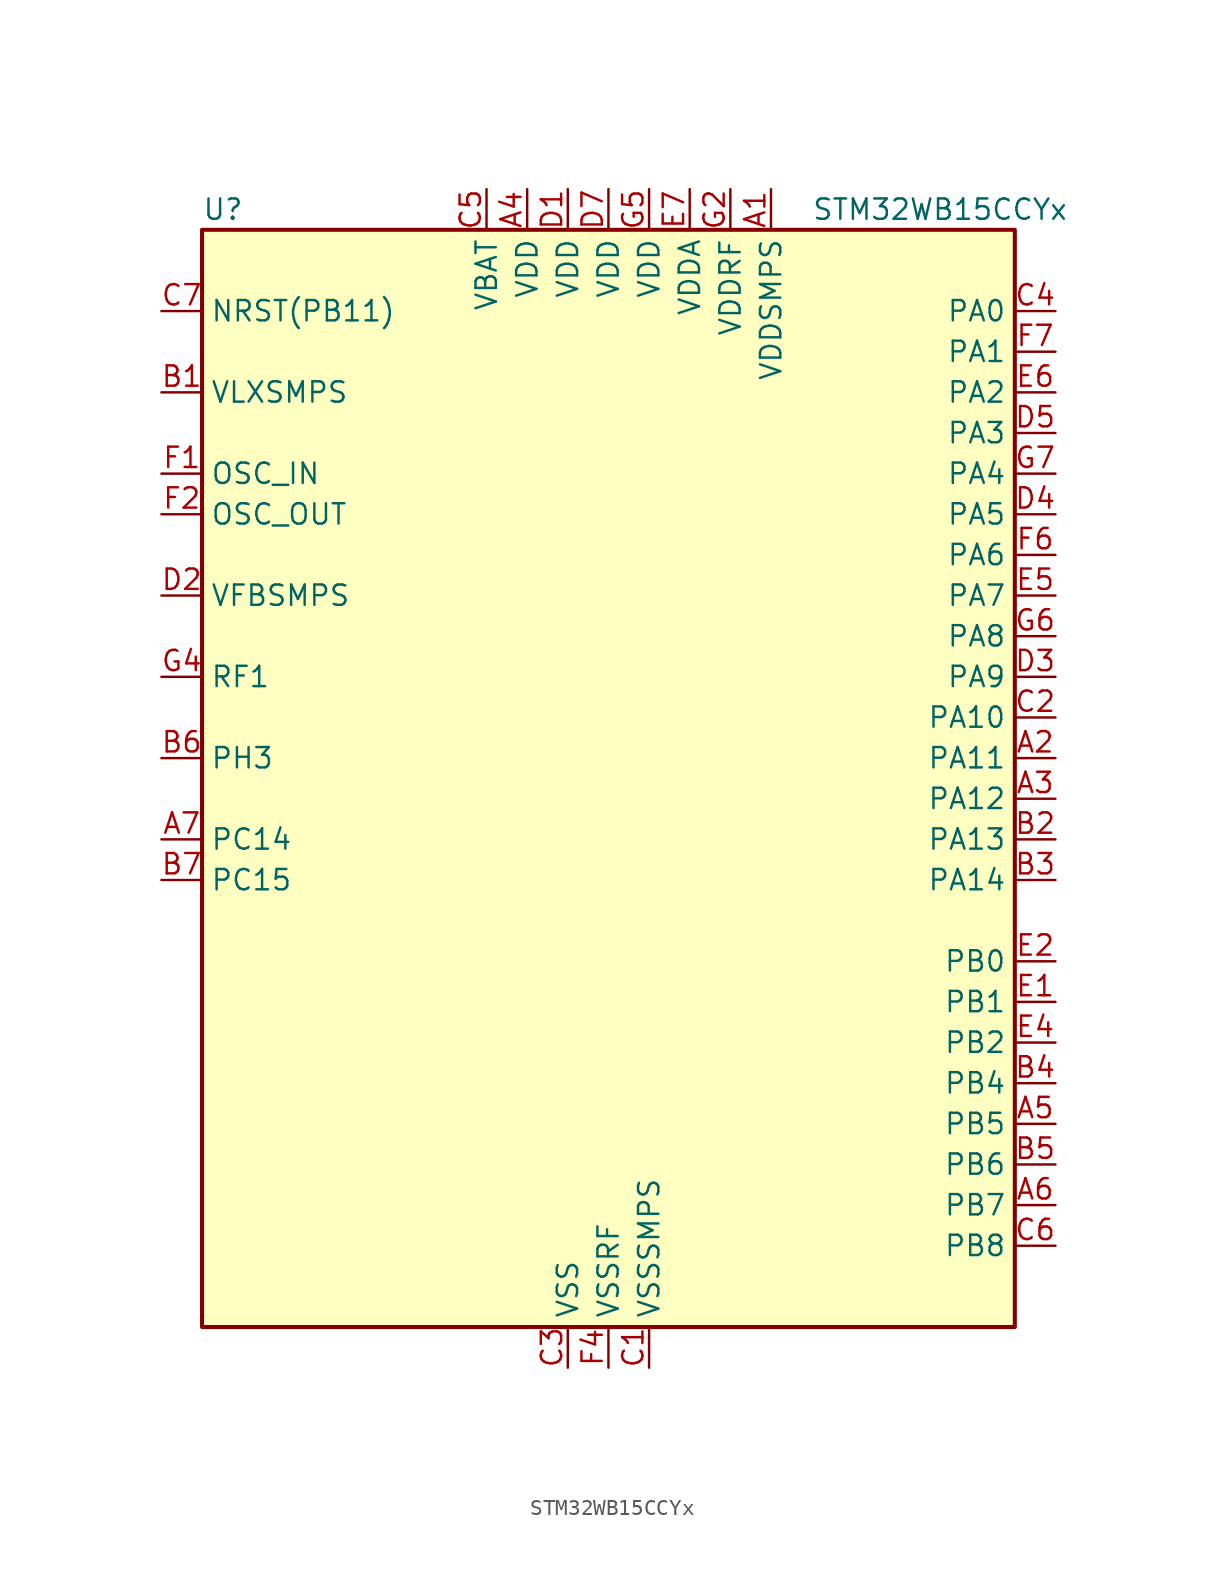
<source format=kicad_sym>
(kicad_symbol_lib
  (version 20241209)
  (generator "kicad_symbol_editor")
  (generator_version "9.0")
  (symbol "STM32WB15CCYx"
    (property "Reference" "U"
      (at -25.4 36.83 0)
      (effects (font (size 1.27 1.27)) (justify left)))
    (property "Value" "STM32WB15CCYx"
      (at 12.7 36.83 0)
      (effects (font (size 1.27 1.27)) (justify left)))
    (symbol "STM32WB15CCYx_0_1"
      (rectangle (start -25.4 -33.02) (end 25.4 35.56) (stroke (width 0.254) (type default)) (fill (type background))))
    (symbol "STM32WB15CCYx_1_1"
      (pin input line (at -27.94 30.48 0) (length 2.54) (name "NRST(PB11)" (effects (font (size 1.27 1.27)))) (number "C7" (effects (font (size 1.27 1.27)))))
      (pin power_in line (at -27.94 25.4 0) (length 2.54) (name "VLXSMPS" (effects (font (size 1.27 1.27)))) (number "B1" (effects (font (size 1.27 1.27)))))
      (pin input line (at -27.94 20.32 0) (length 2.54) (name "OSC_IN" (effects (font (size 1.27 1.27)))) (number "F1" (effects (font (size 1.27 1.27)))) (alternate "RCC_OSC_IN" bidirectional line))
      (pin input line (at -27.94 17.78 0) (length 2.54) (name "OSC_OUT" (effects (font (size 1.27 1.27)))) (number "F2" (effects (font (size 1.27 1.27)))) (alternate "RCC_OSC_OUT" bidirectional line))
      (pin input line (at -27.94 12.7 0) (length 2.54) (name "VFBSMPS" (effects (font (size 1.27 1.27)))) (number "D2" (effects (font (size 1.27 1.27)))))
      (pin bidirectional line (at -27.94 7.62 0) (length 2.54) (name "RF1" (effects (font (size 1.27 1.27)))) (number "G4" (effects (font (size 1.27 1.27)))) (alternate "RF_RF1" bidirectional line))
      (pin bidirectional line (at -27.94 2.54 0) (length 2.54) (name "PH3" (effects (font (size 1.27 1.27)))) (number "B6" (effects (font (size 1.27 1.27)))) (alternate "RCC_LSCO" bidirectional line))
      (pin bidirectional line (at -27.94 -2.54 0) (length 2.54) (name "PC14" (effects (font (size 1.27 1.27)))) (number "A7" (effects (font (size 1.27 1.27)))) (alternate "RCC_OSC32_IN" bidirectional line))
      (pin bidirectional line (at -27.94 -5.08 0) (length 2.54) (name "PC15" (effects (font (size 1.27 1.27)))) (number "B7" (effects (font (size 1.27 1.27)))) (alternate "RCC_OSC32_OUT" bidirectional line))
      (pin no_connect line (at -25.4 -30.48 0) (length 2.54) (hide yes) (name "AT1" (effects (font (size 1.27 1.27)))) (number "F3" (effects (font (size 1.27 1.27)))))
      (pin no_connect line (at -25.4 -33.02 0) (length 2.54) (hide yes) (name "AT0" (effects (font (size 1.27 1.27)))) (number "E3" (effects (font (size 1.27 1.27)))))
      (pin power_in line (at -7.62 38.1 270) (length 2.54) (name "VBAT" (effects (font (size 1.27 1.27)))) (number "C5" (effects (font (size 1.27 1.27)))))
      (pin power_in line (at -5.08 38.1 270) (length 2.54) (name "VDD" (effects (font (size 1.27 1.27)))) (number "A4" (effects (font (size 1.27 1.27)))))
      (pin power_in line (at -2.54 38.1 270) (length 2.54) (name "VDD" (effects (font (size 1.27 1.27)))) (number "D1" (effects (font (size 1.27 1.27)))))
      (pin power_in line (at -2.54 -35.56 90) (length 2.54) (name "VSS" (effects (font (size 1.27 1.27)))) (number "C3" (effects (font (size 1.27 1.27)))))
      (pin passive line (at -2.54 -35.56 90) (length 2.54) (hide yes) (name "VSS" (effects (font (size 1.27 1.27)))) (number "D6" (effects (font (size 1.27 1.27)))))
      (pin passive line (at -2.54 -35.56 90) (length 2.54) (hide yes) (name "VSS" (effects (font (size 1.27 1.27)))) (number "F5" (effects (font (size 1.27 1.27)))))
      (pin power_in line (at 0 38.1 270) (length 2.54) (name "VDD" (effects (font (size 1.27 1.27)))) (number "D7" (effects (font (size 1.27 1.27)))))
      (pin power_in line (at 0 -35.56 90) (length 2.54) (name "VSSRF" (effects (font (size 1.27 1.27)))) (number "F4" (effects (font (size 1.27 1.27)))))
      (pin passive line (at 0 -35.56 90) (length 2.54) (hide yes) (name "VSSRF" (effects (font (size 1.27 1.27)))) (number "G1" (effects (font (size 1.27 1.27)))))
      (pin passive line (at 0 -35.56 90) (length 2.54) (hide yes) (name "VSSRF" (effects (font (size 1.27 1.27)))) (number "G3" (effects (font (size 1.27 1.27)))))
      (pin power_in line (at 2.54 38.1 270) (length 2.54) (name "VDD" (effects (font (size 1.27 1.27)))) (number "G5" (effects (font (size 1.27 1.27)))))
      (pin power_in line (at 2.54 -35.56 90) (length 2.54) (name "VSSSMPS" (effects (font (size 1.27 1.27)))) (number "C1" (effects (font (size 1.27 1.27)))))
      (pin power_in line (at 5.08 38.1 270) (length 2.54) (name "VDDA" (effects (font (size 1.27 1.27)))) (number "E7" (effects (font (size 1.27 1.27)))))
      (pin power_in line (at 7.62 38.1 270) (length 2.54) (name "VDDRF" (effects (font (size 1.27 1.27)))) (number "G2" (effects (font (size 1.27 1.27)))))
      (pin power_in line (at 10.16 38.1 270) (length 2.54) (name "VDDSMPS" (effects (font (size 1.27 1.27)))) (number "A1" (effects (font (size 1.27 1.27)))))
      (pin bidirectional line (at 27.94 30.48 180) (length 2.54) (name "PA0" (effects (font (size 1.27 1.27)))) (number "C4" (effects (font (size 1.27 1.27)))) (alternate "ADC1_IN5" bidirectional line) (alternate "COMP1_INM" bidirectional line) (alternate "COMP1_OUT" bidirectional line) (alternate "RTC_TAMP2" bidirectional line) (alternate "SYS_WKUP1" bidirectional line) (alternate "TIM2_CH1" bidirectional line) (alternate "TIM2_ETR" bidirectional line))
      (pin bidirectional line (at 27.94 27.94 180) (length 2.54) (name "PA1" (effects (font (size 1.27 1.27)))) (number "F7" (effects (font (size 1.27 1.27)))) (alternate "ADC1_IN6" bidirectional line) (alternate "COMP1_INP" bidirectional line) (alternate "I2C1_SMBA" bidirectional line) (alternate "SPI1_SCK" bidirectional line) (alternate "TIM2_CH2" bidirectional line))
      (pin bidirectional line (at 27.94 25.4 180) (length 2.54) (name "PA2" (effects (font (size 1.27 1.27)))) (number "E6" (effects (font (size 1.27 1.27)))) (alternate "ADC1_IN7" bidirectional line) (alternate "LPUART1_TX" bidirectional line) (alternate "RCC_LSCO" bidirectional line) (alternate "SYS_WKUP4" bidirectional line) (alternate "TIM2_CH3" bidirectional line))
      (pin bidirectional line (at 27.94 22.86 180) (length 2.54) (name "PA3" (effects (font (size 1.27 1.27)))) (number "D5" (effects (font (size 1.27 1.27)))) (alternate "ADC1_IN8" bidirectional line) (alternate "LPUART1_RX" bidirectional line) (alternate "TIM2_CH4" bidirectional line))
      (pin bidirectional line (at 27.94 20.32 180) (length 2.54) (name "PA4" (effects (font (size 1.27 1.27)))) (number "G7" (effects (font (size 1.27 1.27)))) (alternate "ADC1_IN9" bidirectional line) (alternate "COMP1_INM" bidirectional line) (alternate "LPTIM2_OUT" bidirectional line) (alternate "SPI1_NSS" bidirectional line))
      (pin bidirectional line (at 27.94 17.78 180) (length 2.54) (name "PA5" (effects (font (size 1.27 1.27)))) (number "D4" (effects (font (size 1.27 1.27)))) (alternate "ADC1_IN10" bidirectional line) (alternate "COMP1_INM" bidirectional line) (alternate "LPTIM2_ETR" bidirectional line) (alternate "SPI1_MOSI" bidirectional line) (alternate "SPI1_SCK" bidirectional line) (alternate "TIM2_CH1" bidirectional line) (alternate "TIM2_ETR" bidirectional line))
      (pin bidirectional line (at 27.94 15.24 180) (length 2.54) (name "PA6" (effects (font (size 1.27 1.27)))) (number "F6" (effects (font (size 1.27 1.27)))) (alternate "ADC1_IN11" bidirectional line) (alternate "LPUART1_CTS" bidirectional line) (alternate "SPI1_MISO" bidirectional line) (alternate "TIM1_BKIN" bidirectional line))
      (pin bidirectional line (at 27.94 12.7 180) (length 2.54) (name "PA7" (effects (font (size 1.27 1.27)))) (number "E5" (effects (font (size 1.27 1.27)))) (alternate "ADC1_IN2" bidirectional line) (alternate "SPI1_MOSI" bidirectional line) (alternate "TIM1_CH1N" bidirectional line))
      (pin bidirectional line (at 27.94 10.16 180) (length 2.54) (name "PA8" (effects (font (size 1.27 1.27)))) (number "G6" (effects (font (size 1.27 1.27)))) (alternate "ADC1_IN3" bidirectional line) (alternate "LPTIM2_OUT" bidirectional line) (alternate "RCC_MCO" bidirectional line) (alternate "TIM1_CH1" bidirectional line) (alternate "USART1_CK" bidirectional line))
      (pin bidirectional line (at 27.94 7.62 180) (length 2.54) (name "PA9" (effects (font (size 1.27 1.27)))) (number "D3" (effects (font (size 1.27 1.27)))) (alternate "ADC1_IN4" bidirectional line) (alternate "COMP1_INM" bidirectional line) (alternate "I2C1_SCL" bidirectional line) (alternate "TIM1_CH2" bidirectional line) (alternate "USART1_TX" bidirectional line))
      (pin bidirectional line (at 27.94 5.08 180) (length 2.54) (name "PA10" (effects (font (size 1.27 1.27)))) (number "C2" (effects (font (size 1.27 1.27)))) (alternate "I2C1_SDA" bidirectional line) (alternate "TIM1_CH3" bidirectional line) (alternate "TSC_G7_IO2" bidirectional line) (alternate "USART1_RX" bidirectional line))
      (pin bidirectional line (at 27.94 2.54 180) (length 2.54) (name "PA11" (effects (font (size 1.27 1.27)))) (number "A2" (effects (font (size 1.27 1.27)))) (alternate "ADC1_EXTI11" bidirectional line) (alternate "SPI1_MISO" bidirectional line) (alternate "TIM1_BKIN2" bidirectional line) (alternate "TIM1_CH4" bidirectional line) (alternate "USART1_CTS" bidirectional line) (alternate "USART1_NSS" bidirectional line))
      (pin bidirectional line (at 27.94 0 180) (length 2.54) (name "PA12" (effects (font (size 1.27 1.27)))) (number "A3" (effects (font (size 1.27 1.27)))) (alternate "LPUART1_RX" bidirectional line) (alternate "SPI1_MOSI" bidirectional line) (alternate "TIM1_ETR" bidirectional line) (alternate "USART1_DE" bidirectional line) (alternate "USART1_RTS" bidirectional line))
      (pin bidirectional line (at 27.94 -2.54 180) (length 2.54) (name "PA13" (effects (font (size 1.27 1.27)))) (number "B2" (effects (font (size 1.27 1.27)))) (alternate "SPI1_MOSI" bidirectional line) (alternate "SYS_JTMS-SWDIO" bidirectional line) (alternate "TSC_G7_IO1" bidirectional line))
      (pin bidirectional line (at 27.94 -5.08 180) (length 2.54) (name "PA14" (effects (font (size 1.27 1.27)))) (number "B3" (effects (font (size 1.27 1.27)))) (alternate "I2C1_SMBA" bidirectional line) (alternate "LPTIM1_OUT" bidirectional line) (alternate "SPI1_NSS" bidirectional line) (alternate "SYS_JTCK-SWCLK" bidirectional line))
      (pin bidirectional line (at 27.94 -10.16 180) (length 2.54) (name "PB0" (effects (font (size 1.27 1.27)))) (number "E2" (effects (font (size 1.27 1.27)))) (alternate "COMP1_OUT" bidirectional line) (alternate "RF_TX_MOD_EXT_PA" bidirectional line))
      (pin bidirectional line (at 27.94 -12.7 180) (length 2.54) (name "PB1" (effects (font (size 1.27 1.27)))) (number "E1" (effects (font (size 1.27 1.27)))) (alternate "LPTIM2_IN1" bidirectional line) (alternate "LPUART1_DE" bidirectional line) (alternate "LPUART1_RTS" bidirectional line))
      (pin bidirectional line (at 27.94 -15.24 180) (length 2.54) (name "PB2" (effects (font (size 1.27 1.27)))) (number "E4" (effects (font (size 1.27 1.27)))) (alternate "COMP1_INP" bidirectional line) (alternate "LPTIM1_OUT" bidirectional line) (alternate "RTC_OUT" bidirectional line) (alternate "SPI1_NSS" bidirectional line))
      (pin bidirectional line (at 27.94 -17.78 180) (length 2.54) (name "PB4" (effects (font (size 1.27 1.27)))) (number "B4" (effects (font (size 1.27 1.27)))) (alternate "SPI1_MISO" bidirectional line) (alternate "SYS_JTRST" bidirectional line) (alternate "TSC_G2_IO1" bidirectional line) (alternate "USART1_CTS" bidirectional line) (alternate "USART1_NSS" bidirectional line))
      (pin bidirectional line (at 27.94 -20.32 180) (length 2.54) (name "PB5" (effects (font (size 1.27 1.27)))) (number "A5" (effects (font (size 1.27 1.27)))) (alternate "I2C1_SMBA" bidirectional line) (alternate "LPTIM1_IN1" bidirectional line) (alternate "LPUART1_TX" bidirectional line) (alternate "SPI1_MOSI" bidirectional line) (alternate "TSC_G2_IO2" bidirectional line) (alternate "USART1_CK" bidirectional line))
      (pin bidirectional line (at 27.94 -22.86 180) (length 2.54) (name "PB6" (effects (font (size 1.27 1.27)))) (number "B5" (effects (font (size 1.27 1.27)))) (alternate "I2C1_SCL" bidirectional line) (alternate "LPTIM1_ETR" bidirectional line) (alternate "RCC_MCO" bidirectional line) (alternate "SPI1_NSS" bidirectional line) (alternate "TSC_G2_IO3" bidirectional line) (alternate "USART1_TX" bidirectional line))
      (pin bidirectional line (at 27.94 -25.4 180) (length 2.54) (name "PB7" (effects (font (size 1.27 1.27)))) (number "A6" (effects (font (size 1.27 1.27)))) (alternate "I2C1_SDA" bidirectional line) (alternate "LPTIM1_IN2" bidirectional line) (alternate "SYS_PVD_IN" bidirectional line) (alternate "TIM1_BKIN" bidirectional line) (alternate "TIM1_CH3" bidirectional line) (alternate "TSC_G2_IO4" bidirectional line) (alternate "USART1_RX" bidirectional line))
      (pin bidirectional line (at 27.94 -27.94 180) (length 2.54) (name "PB8" (effects (font (size 1.27 1.27)))) (number "C6" (effects (font (size 1.27 1.27)))) (alternate "I2C1_SCL" bidirectional line) (alternate "TIM1_CH2N" bidirectional line) (alternate "TSC_G7_IO3" bidirectional line)))))
</source>
